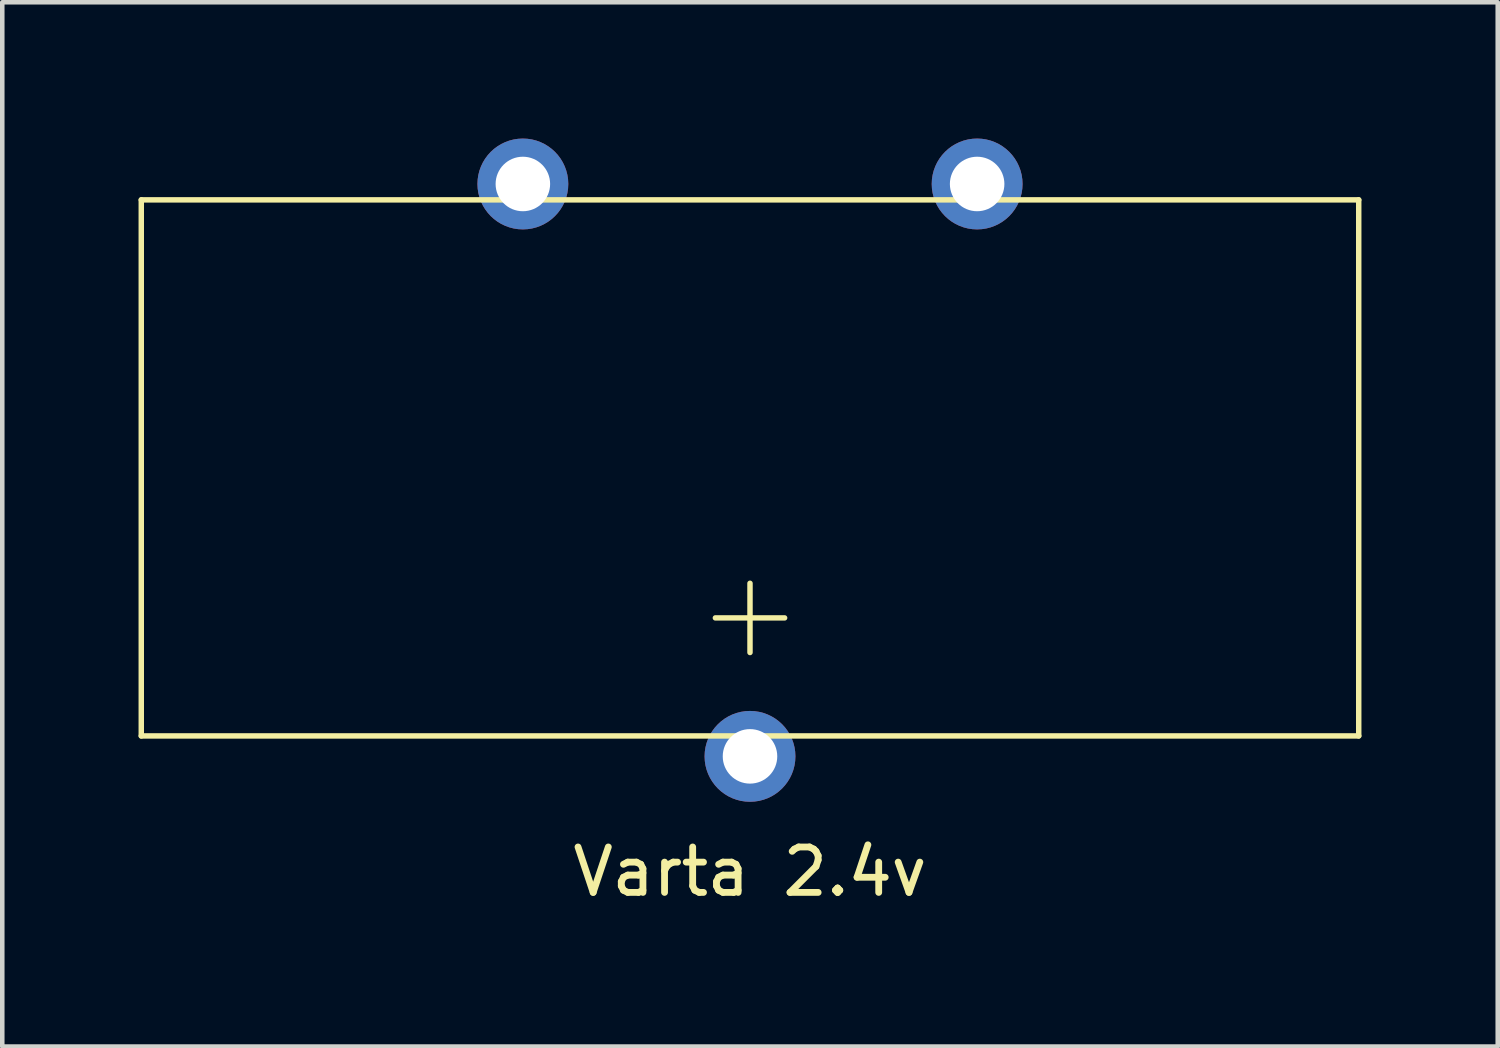
<source format=kicad_pcb>
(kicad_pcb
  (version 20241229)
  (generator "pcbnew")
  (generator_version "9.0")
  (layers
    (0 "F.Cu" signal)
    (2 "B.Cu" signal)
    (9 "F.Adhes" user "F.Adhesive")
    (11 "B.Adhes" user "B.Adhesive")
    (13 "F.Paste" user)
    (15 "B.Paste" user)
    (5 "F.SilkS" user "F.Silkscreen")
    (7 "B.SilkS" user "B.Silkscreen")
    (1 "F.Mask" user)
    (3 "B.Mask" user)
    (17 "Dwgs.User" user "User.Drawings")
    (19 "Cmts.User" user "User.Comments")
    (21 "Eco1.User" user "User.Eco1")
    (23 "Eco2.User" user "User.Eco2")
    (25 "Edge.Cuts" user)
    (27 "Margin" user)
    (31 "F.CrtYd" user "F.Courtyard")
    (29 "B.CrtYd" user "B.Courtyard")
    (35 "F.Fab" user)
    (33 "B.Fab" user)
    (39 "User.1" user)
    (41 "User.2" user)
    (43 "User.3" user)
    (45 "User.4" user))
  (footprint "Varta 2.4v"
    (layer "F.Cu")
    (at 13.46 13.6)
    (property "Reference" "Varta 2.4v" (at 0 2.54 0) (layer "F.SilkS") (effects (font (size 1 1) (thickness 0.15))))
    (attr through_hole)
    (fp_line (start -13.4 -12.25) (end -13.4 -0.45) (stroke (width 0.12) (type solid)) (layer "F.SilkS"))
    (fp_line (start -13.4 -12.25) (end 13.4 -12.25) (stroke (width 0.12) (type solid)) (layer "F.SilkS"))
    (fp_line (start -13.4 -0.45) (end 13.4 -0.45) (stroke (width 0.12) (type solid)) (layer "F.SilkS"))
    (fp_line (start 0 -3.81) (end 0 -2.286) (stroke (width 0.12) (type solid)) (layer "F.SilkS"))
    (fp_line (start 0.762 -3.048) (end -0.762 -3.048) (stroke (width 0.12) (type solid)) (layer "F.SilkS"))
    (fp_line (start 13.4 -12.25) (end 13.4 -0.45) (stroke (width 0.12) (type solid)) (layer "F.SilkS"))
    (pad "1" thru_hole circle (at 0 0) (size 2 2) (drill 1.2) (layers "*.Cu" "*.Mask"))
    (pad "2" thru_hole circle (at -5 -12.6) (size 2 2) (drill 1.2) (layers "*.Cu" "*.Mask"))
    (pad "2" thru_hole circle (at 5 -12.6) (size 2 2) (drill 1.2) (layers "*.Cu" "*.Mask")))
  (gr_rect
    (start -3 -3)
    (end 29.92 19.988)
    (stroke (width 0.1) (type default))
    (fill no)
    (layer "Edge.Cuts")))
</source>
